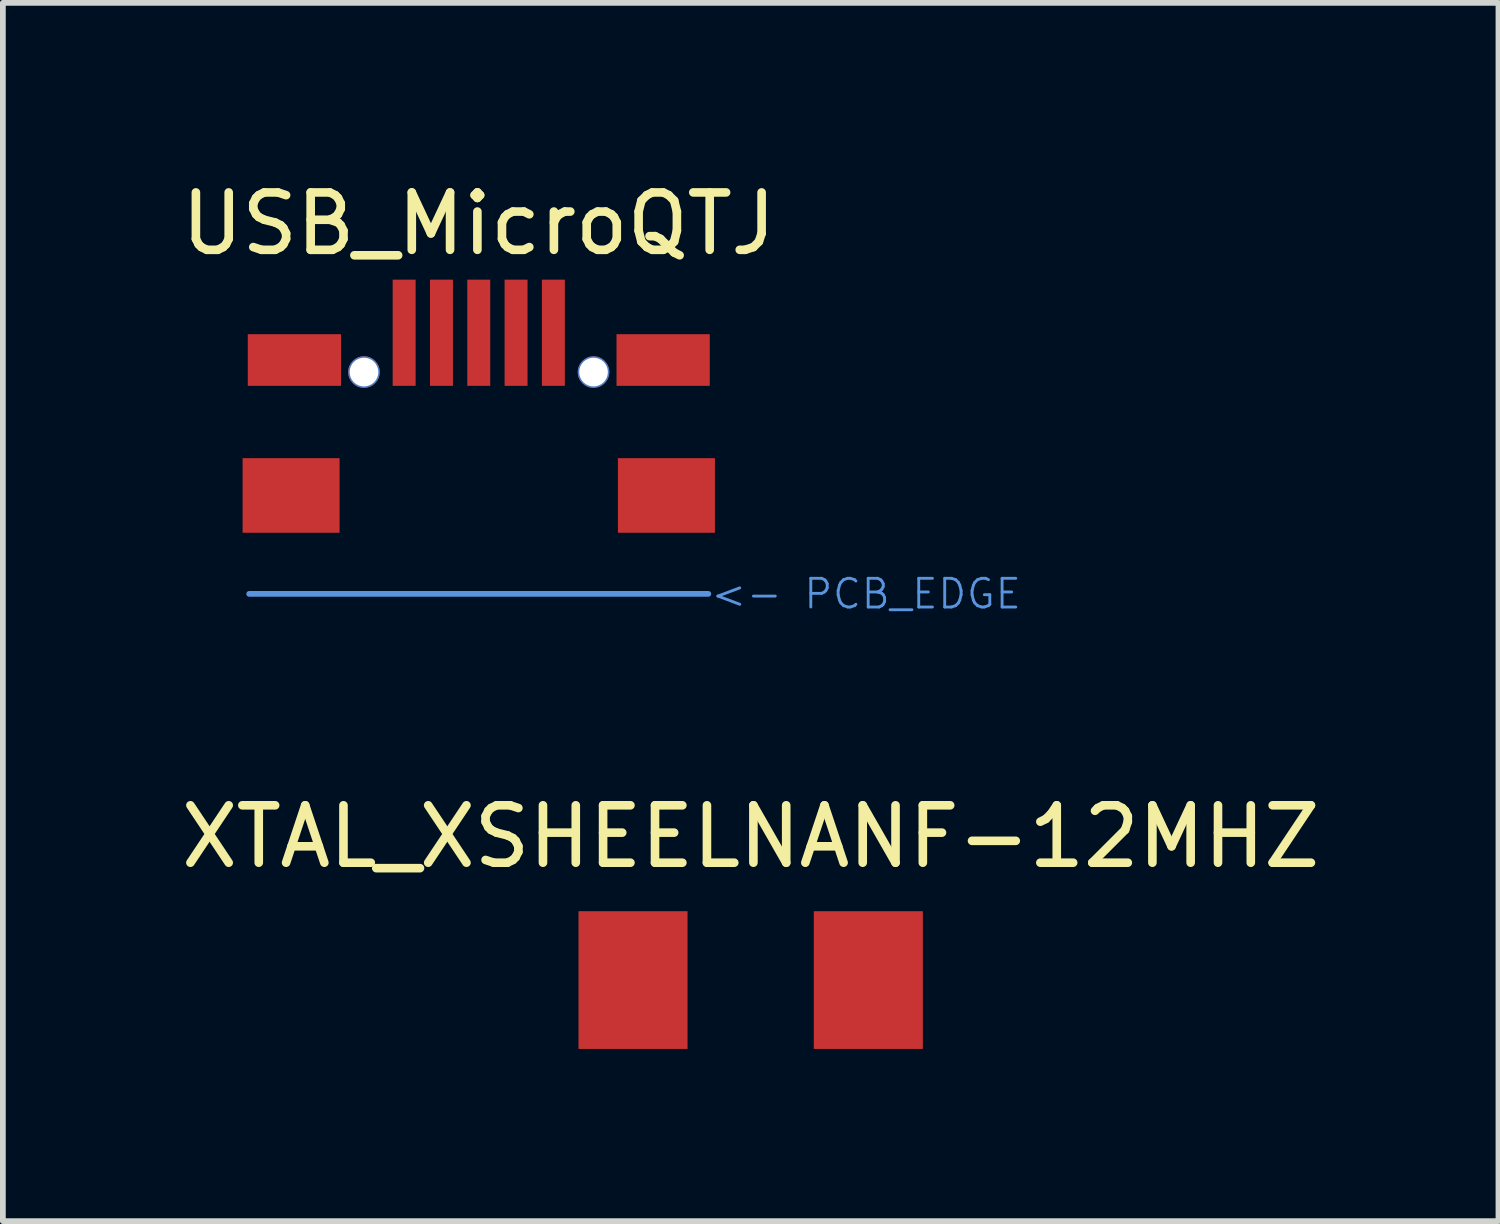
<source format=kicad_pcb>
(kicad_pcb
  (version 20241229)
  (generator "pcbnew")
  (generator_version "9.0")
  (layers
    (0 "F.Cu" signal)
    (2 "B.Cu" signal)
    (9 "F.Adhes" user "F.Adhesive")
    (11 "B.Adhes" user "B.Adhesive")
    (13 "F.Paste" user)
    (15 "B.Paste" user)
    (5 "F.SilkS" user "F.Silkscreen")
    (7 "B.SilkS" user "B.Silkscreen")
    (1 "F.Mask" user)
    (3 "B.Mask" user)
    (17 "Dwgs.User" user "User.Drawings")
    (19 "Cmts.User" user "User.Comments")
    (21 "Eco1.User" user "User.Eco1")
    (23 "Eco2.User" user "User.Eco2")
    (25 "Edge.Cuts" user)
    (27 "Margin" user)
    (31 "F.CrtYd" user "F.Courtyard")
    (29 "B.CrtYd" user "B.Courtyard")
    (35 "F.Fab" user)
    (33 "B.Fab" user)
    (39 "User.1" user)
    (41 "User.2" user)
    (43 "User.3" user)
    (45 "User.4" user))
  (footprint "USB_MicroQTJ"
    (layer "F.Cu")
    (at 4.042 2.848)
    (property "Reference" "USB_MicroQTJ" (at 1.25 -2 0) (layer "F.SilkS") (effects (font (size 1 1) (thickness 0.15))))
    (attr through_hole)
    (fp_line (start -2.75 4.45) (end 5.25 4.45) (stroke (width 0.1) (type solid)) (layer "Cmts.User"))
    (fp_text user "<- PCB_EDGE" (at 8 4.45 0) (layer "Cmts.User") (effects (font (size 0.5 0.5) (thickness 0.05))))
    (pad "" np_thru_hole circle (at -0.75 0.585) (size 0.55 0.55) (drill 0.5) (layers "*.Cu" "*.Mask"))
    (pad "" np_thru_hole circle (at 3.25 0.585) (size 0.55 0.55) (drill 0.5) (layers "*.Cu" "*.Mask"))
    (pad "1" smd rect (at -0.05 -0.1) (size 0.4 1.85) (layers "F.Cu" "F.Mask" "F.Paste"))
    (pad "2" smd rect (at 1.25 -0.1) (size 0.4 1.85) (layers "F.Cu" "F.Mask" "F.Paste"))
    (pad "3" smd rect (at 0.6 -0.1) (size 0.4 1.85) (layers "F.Cu" "F.Mask" "F.Paste"))
    (pad "4" smd rect (at 1.9 -0.1) (size 0.4 1.85) (layers "F.Cu" "F.Mask" "F.Paste"))
    (pad "5" smd rect (at 2.55 -0.1) (size 0.4 1.85) (layers "F.Cu" "F.Mask" "F.Paste"))
    (pad "6" smd rect (at -2.02 2.735) (size 1.69 1.3) (layers "F.Cu" "F.Mask" "F.Paste"))
    (pad "6" smd rect (at -1.962 0.375) (size 1.625 0.9) (layers "F.Cu" "F.Mask" "F.Paste"))
    (pad "6" smd rect (at 4.463 0.375) (size 1.625 0.9) (layers "F.Cu" "F.Mask" "F.Paste"))
    (pad "6" smd rect (at 4.52 2.735) (size 1.69 1.3) (layers "F.Cu" "F.Mask" "F.Paste")))
  (footprint "XTAL_XSHEELNANF-12MHZ"
    (layer "F.Cu")
    (at 8.03 14.027)
    (property "Reference" "XTAL_XSHEELNANF-12MHZ" (at 2 -2.5 0) (layer "F.SilkS") (effects (font (size 1 1) (thickness 0.15))))
    (attr through_hole)
    (pad "1" smd rect (at -0.05 0) (size 1.9 2.4) (layers "F.Cu" "F.Mask" "F.Paste"))
    (pad "2" smd rect (at 4.05 0) (size 1.9 2.4) (layers "F.Cu" "F.Mask" "F.Paste")))
  (gr_rect
    (start -3 -3)
    (end 23.06 18.227)
    (stroke (width 0.1) (type default))
    (fill no)
    (layer "Edge.Cuts")))
</source>
